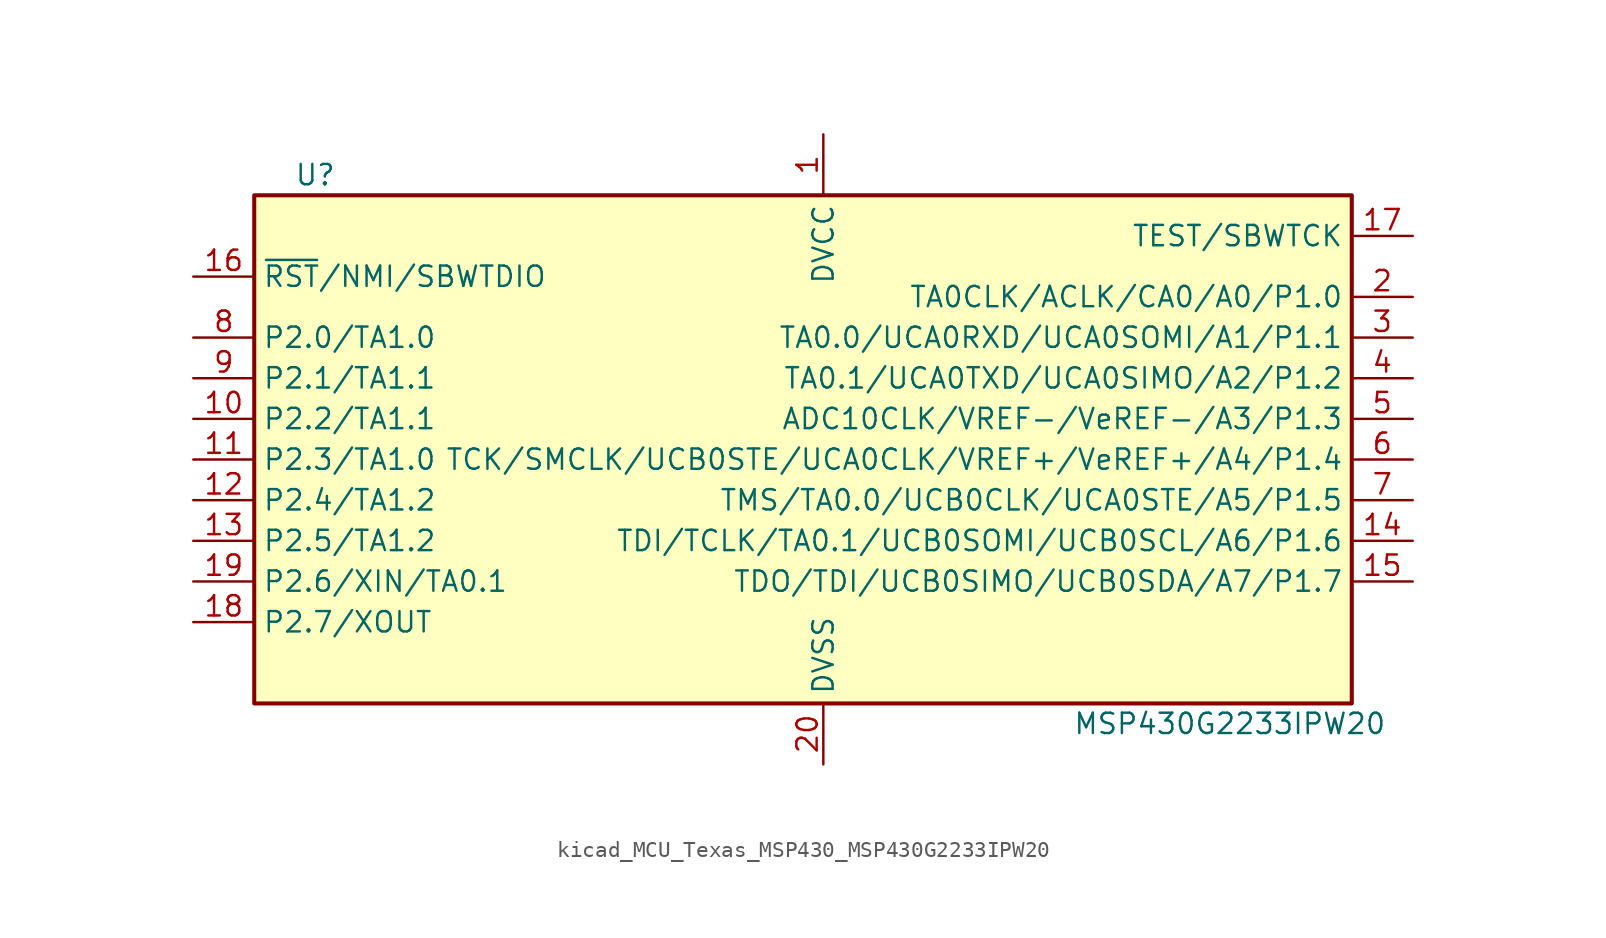
<source format=kicad_sym>
(kicad_symbol_lib
  (version 20220914)
  (generator kicad_symbol_editor)
  (symbol "kicad_MCU_Texas_MSP430_MSP430G2233IPW20"
    (property "Reference" "U"
      (at -30.48 17.78 0)
      (effects (font (size 1.27 1.27))))
    (property "Value" "MSP430G2233IPW20"
      (at 26.67 -16.51 0)
      (effects (font (size 1.27 1.27))))
    (symbol "kicad_MCU_Texas_MSP430_MSP430G2233IPW20_0_1"
      (rectangle (start -34.29 16.51) (end 34.29 -15.24) (stroke (width 0.254) (type default)) (fill (type background))))
    (symbol "kicad_MCU_Texas_MSP430_MSP430G2233IPW20_1_1"
      (pin power_in line (at 1.27 20.32 270) (length 3.81) (name "DVCC" (effects (font (size 1.27 1.27)))) (number "1" (effects (font (size 1.27 1.27)))))
      (pin bidirectional line (at -38.1 2.54 0) (length 3.81) (name "P2.2/TA1.1" (effects (font (size 1.27 1.27)))) (number "10" (effects (font (size 1.27 1.27)))))
      (pin bidirectional line (at -38.1 0 0) (length 3.81) (name "P2.3/TA1.0" (effects (font (size 1.27 1.27)))) (number "11" (effects (font (size 1.27 1.27)))))
      (pin bidirectional line (at -38.1 -2.54 0) (length 3.81) (name "P2.4/TA1.2" (effects (font (size 1.27 1.27)))) (number "12" (effects (font (size 1.27 1.27)))))
      (pin bidirectional line (at -38.1 -5.08 0) (length 3.81) (name "P2.5/TA1.2" (effects (font (size 1.27 1.27)))) (number "13" (effects (font (size 1.27 1.27)))))
      (pin bidirectional line (at 38.1 -5.08 180) (length 3.81) (name "TDI/TCLK/TA0.1/UCB0SOMI/UCB0SCL/A6/P1.6" (effects (font (size 1.27 1.27)))) (number "14" (effects (font (size 1.27 1.27)))))
      (pin bidirectional line (at 38.1 -7.62 180) (length 3.81) (name "TDO/TDI/UCB0SIMO/UCB0SDA/A7/P1.7" (effects (font (size 1.27 1.27)))) (number "15" (effects (font (size 1.27 1.27)))))
      (pin input line (at -38.1 11.43 0) (length 3.81) (name "~{RST}/NMI/SBWTDIO" (effects (font (size 1.27 1.27)))) (number "16" (effects (font (size 1.27 1.27)))))
      (pin input line (at 38.1 13.97 180) (length 3.81) (name "TEST/SBWTCK" (effects (font (size 1.27 1.27)))) (number "17" (effects (font (size 1.27 1.27)))))
      (pin bidirectional line (at -38.1 -10.16 0) (length 3.81) (name "P2.7/XOUT" (effects (font (size 1.27 1.27)))) (number "18" (effects (font (size 1.27 1.27)))))
      (pin bidirectional line (at -38.1 -7.62 0) (length 3.81) (name "P2.6/XIN/TA0.1" (effects (font (size 1.27 1.27)))) (number "19" (effects (font (size 1.27 1.27)))))
      (pin bidirectional line (at 38.1 10.16 180) (length 3.81) (name "TA0CLK/ACLK/CA0/A0/P1.0" (effects (font (size 1.27 1.27)))) (number "2" (effects (font (size 1.27 1.27)))))
      (pin power_in line (at 1.27 -19.05 90) (length 3.81) (name "DVSS" (effects (font (size 1.27 1.27)))) (number "20" (effects (font (size 1.27 1.27)))))
      (pin bidirectional line (at 38.1 7.62 180) (length 3.81) (name "TA0.0/UCA0RXD/UCA0SOMI/A1/P1.1" (effects (font (size 1.27 1.27)))) (number "3" (effects (font (size 1.27 1.27)))))
      (pin bidirectional line (at 38.1 5.08 180) (length 3.81) (name "TA0.1/UCA0TXD/UCA0SIMO/A2/P1.2" (effects (font (size 1.27 1.27)))) (number "4" (effects (font (size 1.27 1.27)))))
      (pin bidirectional line (at 38.1 2.54 180) (length 3.81) (name "ADC10CLK/VREF-/VeREF-/A3/P1.3" (effects (font (size 1.27 1.27)))) (number "5" (effects (font (size 1.27 1.27)))))
      (pin bidirectional line (at 38.1 0 180) (length 3.81) (name "TCK/SMCLK/UCB0STE/UCA0CLK/VREF+/VeREF+/A4/P1.4" (effects (font (size 1.27 1.27)))) (number "6" (effects (font (size 1.27 1.27)))))
      (pin bidirectional line (at 38.1 -2.54 180) (length 3.81) (name "TMS/TA0.0/UCB0CLK/UCA0STE/A5/P1.5" (effects (font (size 1.27 1.27)))) (number "7" (effects (font (size 1.27 1.27)))))
      (pin bidirectional line (at -38.1 7.62 0) (length 3.81) (name "P2.0/TA1.0" (effects (font (size 1.27 1.27)))) (number "8" (effects (font (size 1.27 1.27)))))
      (pin bidirectional line (at -38.1 5.08 0) (length 3.81) (name "P2.1/TA1.1" (effects (font (size 1.27 1.27)))) (number "9" (effects (font (size 1.27 1.27))))))))
</source>
